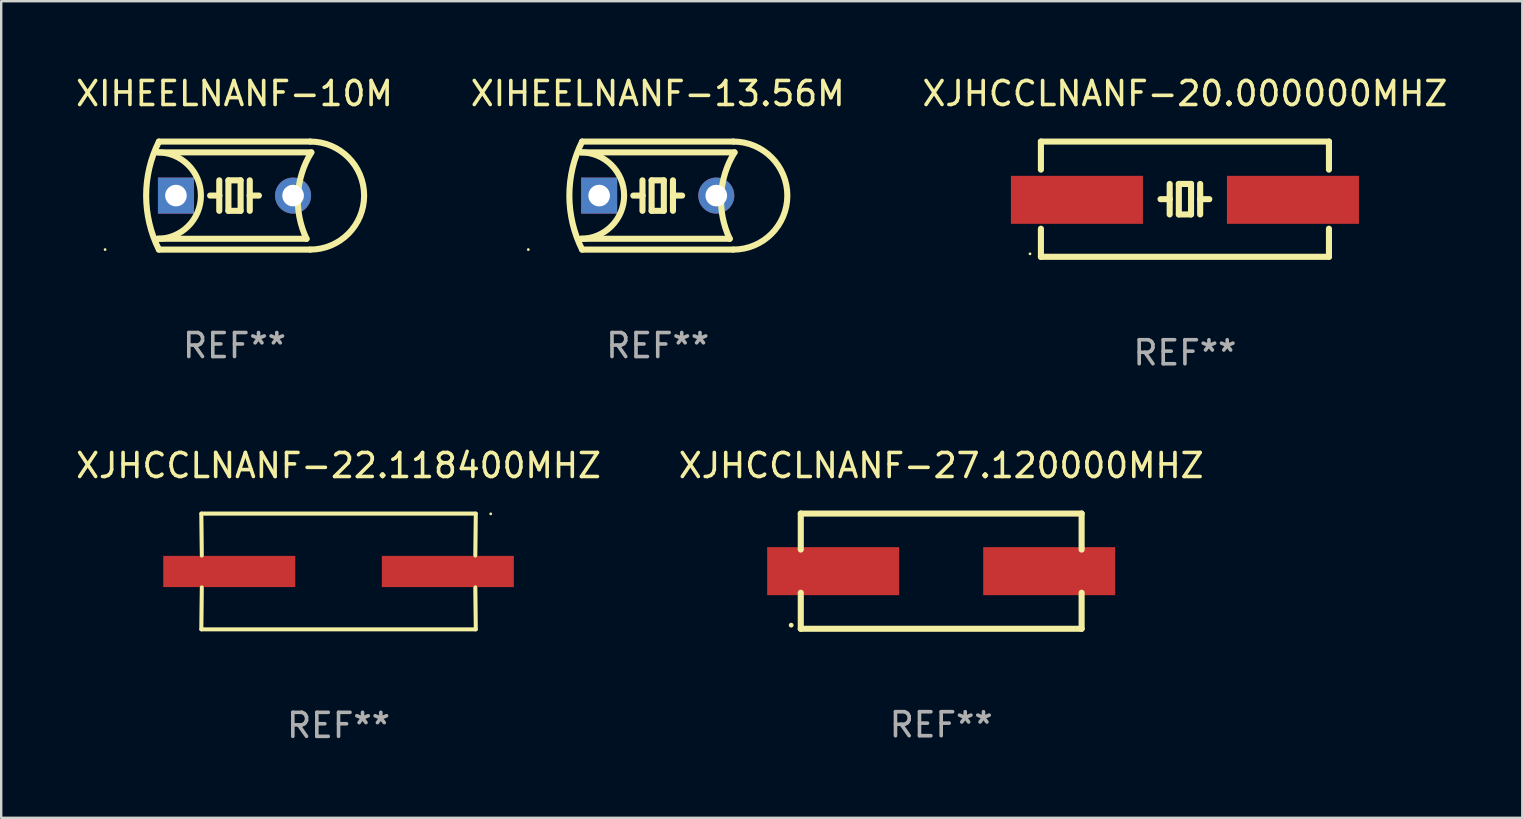
<source format=kicad_pcb>
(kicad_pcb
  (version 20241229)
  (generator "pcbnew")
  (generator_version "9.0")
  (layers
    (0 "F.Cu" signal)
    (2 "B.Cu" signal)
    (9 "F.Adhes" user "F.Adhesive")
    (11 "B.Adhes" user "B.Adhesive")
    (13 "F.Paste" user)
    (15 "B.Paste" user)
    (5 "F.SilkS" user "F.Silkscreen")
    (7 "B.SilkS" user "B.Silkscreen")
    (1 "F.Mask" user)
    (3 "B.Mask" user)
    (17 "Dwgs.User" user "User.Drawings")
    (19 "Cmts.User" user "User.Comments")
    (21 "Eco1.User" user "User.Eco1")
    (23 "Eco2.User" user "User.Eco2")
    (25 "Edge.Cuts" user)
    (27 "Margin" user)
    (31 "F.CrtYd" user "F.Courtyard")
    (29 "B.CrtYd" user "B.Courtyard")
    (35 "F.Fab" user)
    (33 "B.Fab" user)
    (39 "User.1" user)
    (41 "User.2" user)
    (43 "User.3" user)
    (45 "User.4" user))
  (footprint "XJHCCLNANF-20.000000MHZ"
    (layer "F.Cu")
    (at 46.315 5.248)
    (property "Reference" "XJHCCLNANF-20.000000MHZ" (at 0 -4.4 0) (layer "F.SilkS") (effects (font (size 1 1) (thickness 0.15))))
    (attr through_hole)
    (fp_line (start -6 -2.4) (end -6 -1.231) (stroke (width 0.254) (type solid)) (layer "F.SilkS"))
    (fp_line (start -6 -2.4) (end 6 -2.4) (stroke (width 0.254) (type solid)) (layer "F.SilkS"))
    (fp_line (start -6 1.231) (end -6 2.4) (stroke (width 0.254) (type solid)) (layer "F.SilkS"))
    (fp_line (start -6 2.4) (end 6 2.4) (stroke (width 0.254) (type solid)) (layer "F.SilkS"))
    (fp_line (start -0.635 -0.635) (end -0.635 0) (stroke (width 0.254) (type solid)) (layer "F.SilkS"))
    (fp_line (start -0.635 0) (end -1.016 0) (stroke (width 0.254) (type solid)) (layer "F.SilkS"))
    (fp_line (start -0.635 0) (end -0.635 0.635) (stroke (width 0.254) (type solid)) (layer "F.SilkS"))
    (fp_line (start -0.254 -0.635) (end -0.254 0.635) (stroke (width 0.254) (type solid)) (layer "F.SilkS"))
    (fp_line (start -0.254 0.635) (end 0.254 0.635) (stroke (width 0.254) (type solid)) (layer "F.SilkS"))
    (fp_line (start 0.254 -0.635) (end -0.254 -0.635) (stroke (width 0.254) (type solid)) (layer "F.SilkS"))
    (fp_line (start 0.254 0.635) (end 0.254 -0.635) (stroke (width 0.254) (type solid)) (layer "F.SilkS"))
    (fp_line (start 0.635 -0.635) (end 0.635 0) (stroke (width 0.254) (type solid)) (layer "F.SilkS"))
    (fp_line (start 0.635 0) (end 0.635 0.635) (stroke (width 0.254) (type solid)) (layer "F.SilkS"))
    (fp_line (start 0.635 0) (end 1.016 0) (stroke (width 0.254) (type solid)) (layer "F.SilkS"))
    (fp_line (start 6 -2.4) (end 6 -1.231) (stroke (width 0.254) (type solid)) (layer "F.SilkS"))
    (fp_line (start 6 1.231) (end 6 2.4) (stroke (width 0.254) (type solid)) (layer "F.SilkS"))
    (fp_circle (center -6.455 2.277) (end -6.425 2.277) (stroke (width 0.06) (type solid)) (fill no) (layer "F.SilkS"))
    (fp_text user "REF**" (at 0 6.4 0) (layer "F.Fab") (effects (font (size 1 1) (thickness 0.15))))
    (pad "1" smd rect (at -4.5 0.027 180) (size 5.5 2) (layers "F.Cu" "F.Mask" "F.Paste"))
    (pad "2" smd rect (at 4.5 0.027) (size 5.5 2) (layers "F.Cu" "F.Mask" "F.Paste")))
  (footprint "XJHCCLNANF-27.120000MHZ"
    (layer "F.Cu")
    (at 36.161 20.745)
    (property "Reference" "XJHCCLNANF-27.120000MHZ" (at 0 -4.4 0) (layer "F.SilkS") (effects (font (size 1 1) (thickness 0.15))))
    (attr through_hole)
    (fp_line (start -5.85 -2.4) (end 5.85 -2.4) (stroke (width 0.254) (type solid)) (layer "F.SilkS"))
    (fp_line (start -5.85 -2.4) (end -5.85 -0.9) (stroke (width 0.254) (type solid)) (layer "F.SilkS"))
    (fp_line (start -5.85 2.4) (end 5.85 2.4) (stroke (width 0.254) (type solid)) (layer "F.SilkS"))
    (fp_line (start -5.85 0.9) (end -5.85 2.4) (stroke (width 0.254) (type solid)) (layer "F.SilkS"))
    (fp_line (start 5.85 -2.4) (end 5.85 -0.9) (stroke (width 0.254) (type solid)) (layer "F.SilkS"))
    (fp_line (start 5.85 0.9) (end 5.85 2.4) (stroke (width 0.254) (type solid)) (layer "F.SilkS"))
    (fp_circle (center -6.25 2.25) (end -6.2 2.25) (stroke (width 0.1) (type solid)) (fill no) (layer "F.SilkS"))
    (fp_text user "REF**" (at 0 6.4 0) (layer "F.Fab") (effects (font (size 1 1) (thickness 0.15))))
    (pad "1" smd rect (at -4.5 -0.000025) (size 5.5 2) (layers "F.Cu" "F.Mask" "F.Paste"))
    (pad "2" smd rect (at 4.5 -0.000025) (size 5.5 2) (layers "F.Cu" "F.Mask" "F.Paste")))
  (footprint "XJHCCLNANF-22.118400MHZ"
    (layer "F.Cu")
    (at 11.054 20.758)
    (property "Reference" "XJHCCLNANF-22.118400MHZ" (at 0 -4.413 0) (layer "F.SilkS") (effects (font (size 1 1) (thickness 0.15))))
    (attr through_hole)
    (fp_line (start -5.715 -2.413) (end -5.7 -0.662) (stroke (width 0.152) (type solid)) (layer "F.SilkS"))
    (fp_line (start -5.715 -2.413) (end -5.7 -0.662) (stroke (width 0.152) (type solid)) (layer "F.SilkS"))
    (fp_line (start -5.715 2.413) (end 5.715 2.413) (stroke (width 0.152) (type solid)) (layer "F.SilkS"))
    (fp_line (start -5.715 2.413) (end 5.715 2.413) (stroke (width 0.152) (type solid)) (layer "F.SilkS"))
    (fp_line (start -5.7 0.662) (end -5.715 2.413) (stroke (width 0.152) (type solid)) (layer "F.SilkS"))
    (fp_line (start -5.7 0.662) (end -5.715 2.413) (stroke (width 0.152) (type solid)) (layer "F.SilkS"))
    (fp_line (start 5.7 -0.662) (end 5.715 -2.413) (stroke (width 0.152) (type solid)) (layer "F.SilkS"))
    (fp_line (start 5.7 -0.662) (end 5.715 -2.413) (stroke (width 0.152) (type solid)) (layer "F.SilkS"))
    (fp_line (start 5.715 -2.413) (end -5.715 -2.413) (stroke (width 0.152) (type solid)) (layer "F.SilkS"))
    (fp_line (start 5.715 -2.413) (end -5.715 -2.413) (stroke (width 0.152) (type solid)) (layer "F.SilkS"))
    (fp_line (start 5.715 2.413) (end 5.7 0.662) (stroke (width 0.152) (type solid)) (layer "F.SilkS"))
    (fp_line (start 5.715 2.413) (end 5.7 0.662) (stroke (width 0.152) (type solid)) (layer "F.SilkS"))
    (fp_circle (center 6.34 -2.4) (end 6.37 -2.4) (stroke (width 0.06) (type solid)) (fill no) (layer "F.SilkS"))
    (fp_text user "REF**" (at 0 6.413 0) (layer "F.Fab") (effects (font (size 1 1) (thickness 0.15))))
    (pad "1" smd rect (at 4.553 0) (size 5.5 1.3) (layers "F.Cu" "F.Mask" "F.Paste"))
    (pad "2" smd rect (at -4.553 0) (size 5.5 1.3) (layers "F.Cu" "F.Mask" "F.Paste")))
  (footprint "XIHEELNANF-10M"
    (layer "F.Cu")
    (at 6.72 5.098)
    (property "Reference" "XIHEELNANF-10M" (at 0 -4.25 0) (layer "F.SilkS") (effects (font (size 1 1) (thickness 0.15))))
    (attr through_hole)
    (fp_line (start -3.2 -1.8) (end 3.2 -1.8) (stroke (width 0.254) (type solid)) (layer "F.SilkS"))
    (fp_line (start -3.15 2.25) (end 3.15 2.25) (stroke (width 0.254) (type solid)) (layer "F.SilkS"))
    (fp_line (start -0.635 -0.635) (end -0.635 0) (stroke (width 0.254) (type solid)) (layer "F.SilkS"))
    (fp_line (start -0.635 0) (end -1.016 0) (stroke (width 0.254) (type solid)) (layer "F.SilkS"))
    (fp_line (start -0.635 0) (end -0.635 0.635) (stroke (width 0.254) (type solid)) (layer "F.SilkS"))
    (fp_line (start -0.254 -0.635) (end -0.254 0.635) (stroke (width 0.254) (type solid)) (layer "F.SilkS"))
    (fp_line (start -0.254 0.635) (end 0.254 0.635) (stroke (width 0.254) (type solid)) (layer "F.SilkS"))
    (fp_line (start 0.254 -0.635) (end -0.254 -0.635) (stroke (width 0.254) (type solid)) (layer "F.SilkS"))
    (fp_line (start 0.254 0.635) (end 0.254 -0.635) (stroke (width 0.254) (type solid)) (layer "F.SilkS"))
    (fp_line (start 0.635 -0.635) (end 0.635 0) (stroke (width 0.254) (type solid)) (layer "F.SilkS"))
    (fp_line (start 0.635 0) (end 0.635 0.635) (stroke (width 0.254) (type solid)) (layer "F.SilkS"))
    (fp_line (start 0.635 0) (end 1.016 0) (stroke (width 0.254) (type solid)) (layer "F.SilkS"))
    (fp_line (start 3 1.8) (end -3.2 1.8) (stroke (width 0.254) (type solid)) (layer "F.SilkS"))
    (fp_line (start 3.15 -2.25) (end -3.15 -2.25) (stroke (width 0.254) (type solid)) (layer "F.SilkS"))
    (fp_arc (start -3.200406 -1.800864) (mid -1.399974 -0.000635) (end -3.2 1.8) (stroke (width 0.254001) (type solid)) (layer "F.SilkS"))
    (fp_arc (start -3.149606 2.250444) (mid -3.680941 0.000261) (end -3.149987 -2.250013) (stroke (width 0.254001) (type solid)) (layer "F.SilkS"))
    (fp_arc (start 2.999746 1.800863) (mid 2.642982 -0.024977) (end 3.2 -1.8) (stroke (width 0.254001) (type solid)) (layer "F.SilkS"))
    (fp_arc (start 3.149607 -2.250445) (mid 5.399848 -0.000406) (end 3.149987 2.250013) (stroke (width 0.254001) (type solid)) (layer "F.SilkS"))
    (fp_circle (center -5.392 2.25) (end -5.362 2.25) (stroke (width 0.06) (type solid)) (fill no) (layer "F.SilkS"))
    (fp_text user "REF**" (at 0 6.25 0) (layer "F.Fab") (effects (font (size 1 1) (thickness 0.15))))
    (pad "1" thru_hole rect (at -2.44 0) (size 1.5 1.5) (drill 0.9) (layers "*.Cu" "*.Mask"))
    (pad "2" thru_hole circle (at 2.44 0) (size 1.5 1.5) (drill 0.9) (layers "*.Cu" "*.Mask")))
  (footprint "XIHEELNANF-13.56M"
    (layer "F.Cu")
    (at 24.351 5.098)
    (property "Reference" "XIHEELNANF-13.56M" (at 0 -4.25 0) (layer "F.SilkS") (effects (font (size 1 1) (thickness 0.15))))
    (attr through_hole)
    (fp_line (start -3.2 -1.8) (end 3.2 -1.8) (stroke (width 0.254) (type solid)) (layer "F.SilkS"))
    (fp_line (start -3.15 2.25) (end 3.15 2.25) (stroke (width 0.254) (type solid)) (layer "F.SilkS"))
    (fp_line (start -0.635 -0.635) (end -0.635 0) (stroke (width 0.254) (type solid)) (layer "F.SilkS"))
    (fp_line (start -0.635 0) (end -1.016 0) (stroke (width 0.254) (type solid)) (layer "F.SilkS"))
    (fp_line (start -0.635 0) (end -0.635 0.635) (stroke (width 0.254) (type solid)) (layer "F.SilkS"))
    (fp_line (start -0.254 -0.635) (end -0.254 0.635) (stroke (width 0.254) (type solid)) (layer "F.SilkS"))
    (fp_line (start -0.254 0.635) (end 0.254 0.635) (stroke (width 0.254) (type solid)) (layer "F.SilkS"))
    (fp_line (start 0.254 -0.635) (end -0.254 -0.635) (stroke (width 0.254) (type solid)) (layer "F.SilkS"))
    (fp_line (start 0.254 0.635) (end 0.254 -0.635) (stroke (width 0.254) (type solid)) (layer "F.SilkS"))
    (fp_line (start 0.635 -0.635) (end 0.635 0) (stroke (width 0.254) (type solid)) (layer "F.SilkS"))
    (fp_line (start 0.635 0) (end 0.635 0.635) (stroke (width 0.254) (type solid)) (layer "F.SilkS"))
    (fp_line (start 0.635 0) (end 1.016 0) (stroke (width 0.254) (type solid)) (layer "F.SilkS"))
    (fp_line (start 3 1.8) (end -3.2 1.8) (stroke (width 0.254) (type solid)) (layer "F.SilkS"))
    (fp_line (start 3.15 -2.25) (end -3.15 -2.25) (stroke (width 0.254) (type solid)) (layer "F.SilkS"))
    (fp_arc (start -3.200406 -1.800864) (mid -1.399974 -0.000635) (end -3.2 1.8) (stroke (width 0.254001) (type solid)) (layer "F.SilkS"))
    (fp_arc (start -3.149606 2.250444) (mid -3.680941 0.000261) (end -3.149987 -2.250013) (stroke (width 0.254001) (type solid)) (layer "F.SilkS"))
    (fp_arc (start 2.999746 1.800863) (mid 2.642982 -0.024977) (end 3.2 -1.8) (stroke (width 0.254001) (type solid)) (layer "F.SilkS"))
    (fp_arc (start 3.149607 -2.250445) (mid 5.399848 -0.000406) (end 3.149987 2.250013) (stroke (width 0.254001) (type solid)) (layer "F.SilkS"))
    (fp_circle (center -5.392 2.25) (end -5.362 2.25) (stroke (width 0.06) (type solid)) (fill no) (layer "F.SilkS"))
    (fp_text user "REF**" (at 0 6.25 0) (layer "F.Fab") (effects (font (size 1 1) (thickness 0.15))))
    (pad "1" thru_hole rect (at -2.44 0) (size 1.5 1.5) (drill 0.9) (layers "*.Cu" "*.Mask"))
    (pad "2" thru_hole circle (at 2.44 0) (size 1.5 1.5) (drill 0.9) (layers "*.Cu" "*.Mask")))
  (gr_rect
    (start -3 -3)
    (end 60.369 31.019)
    (stroke (width 0.1) (type default))
    (fill no)
    (layer "Edge.Cuts")))
</source>
